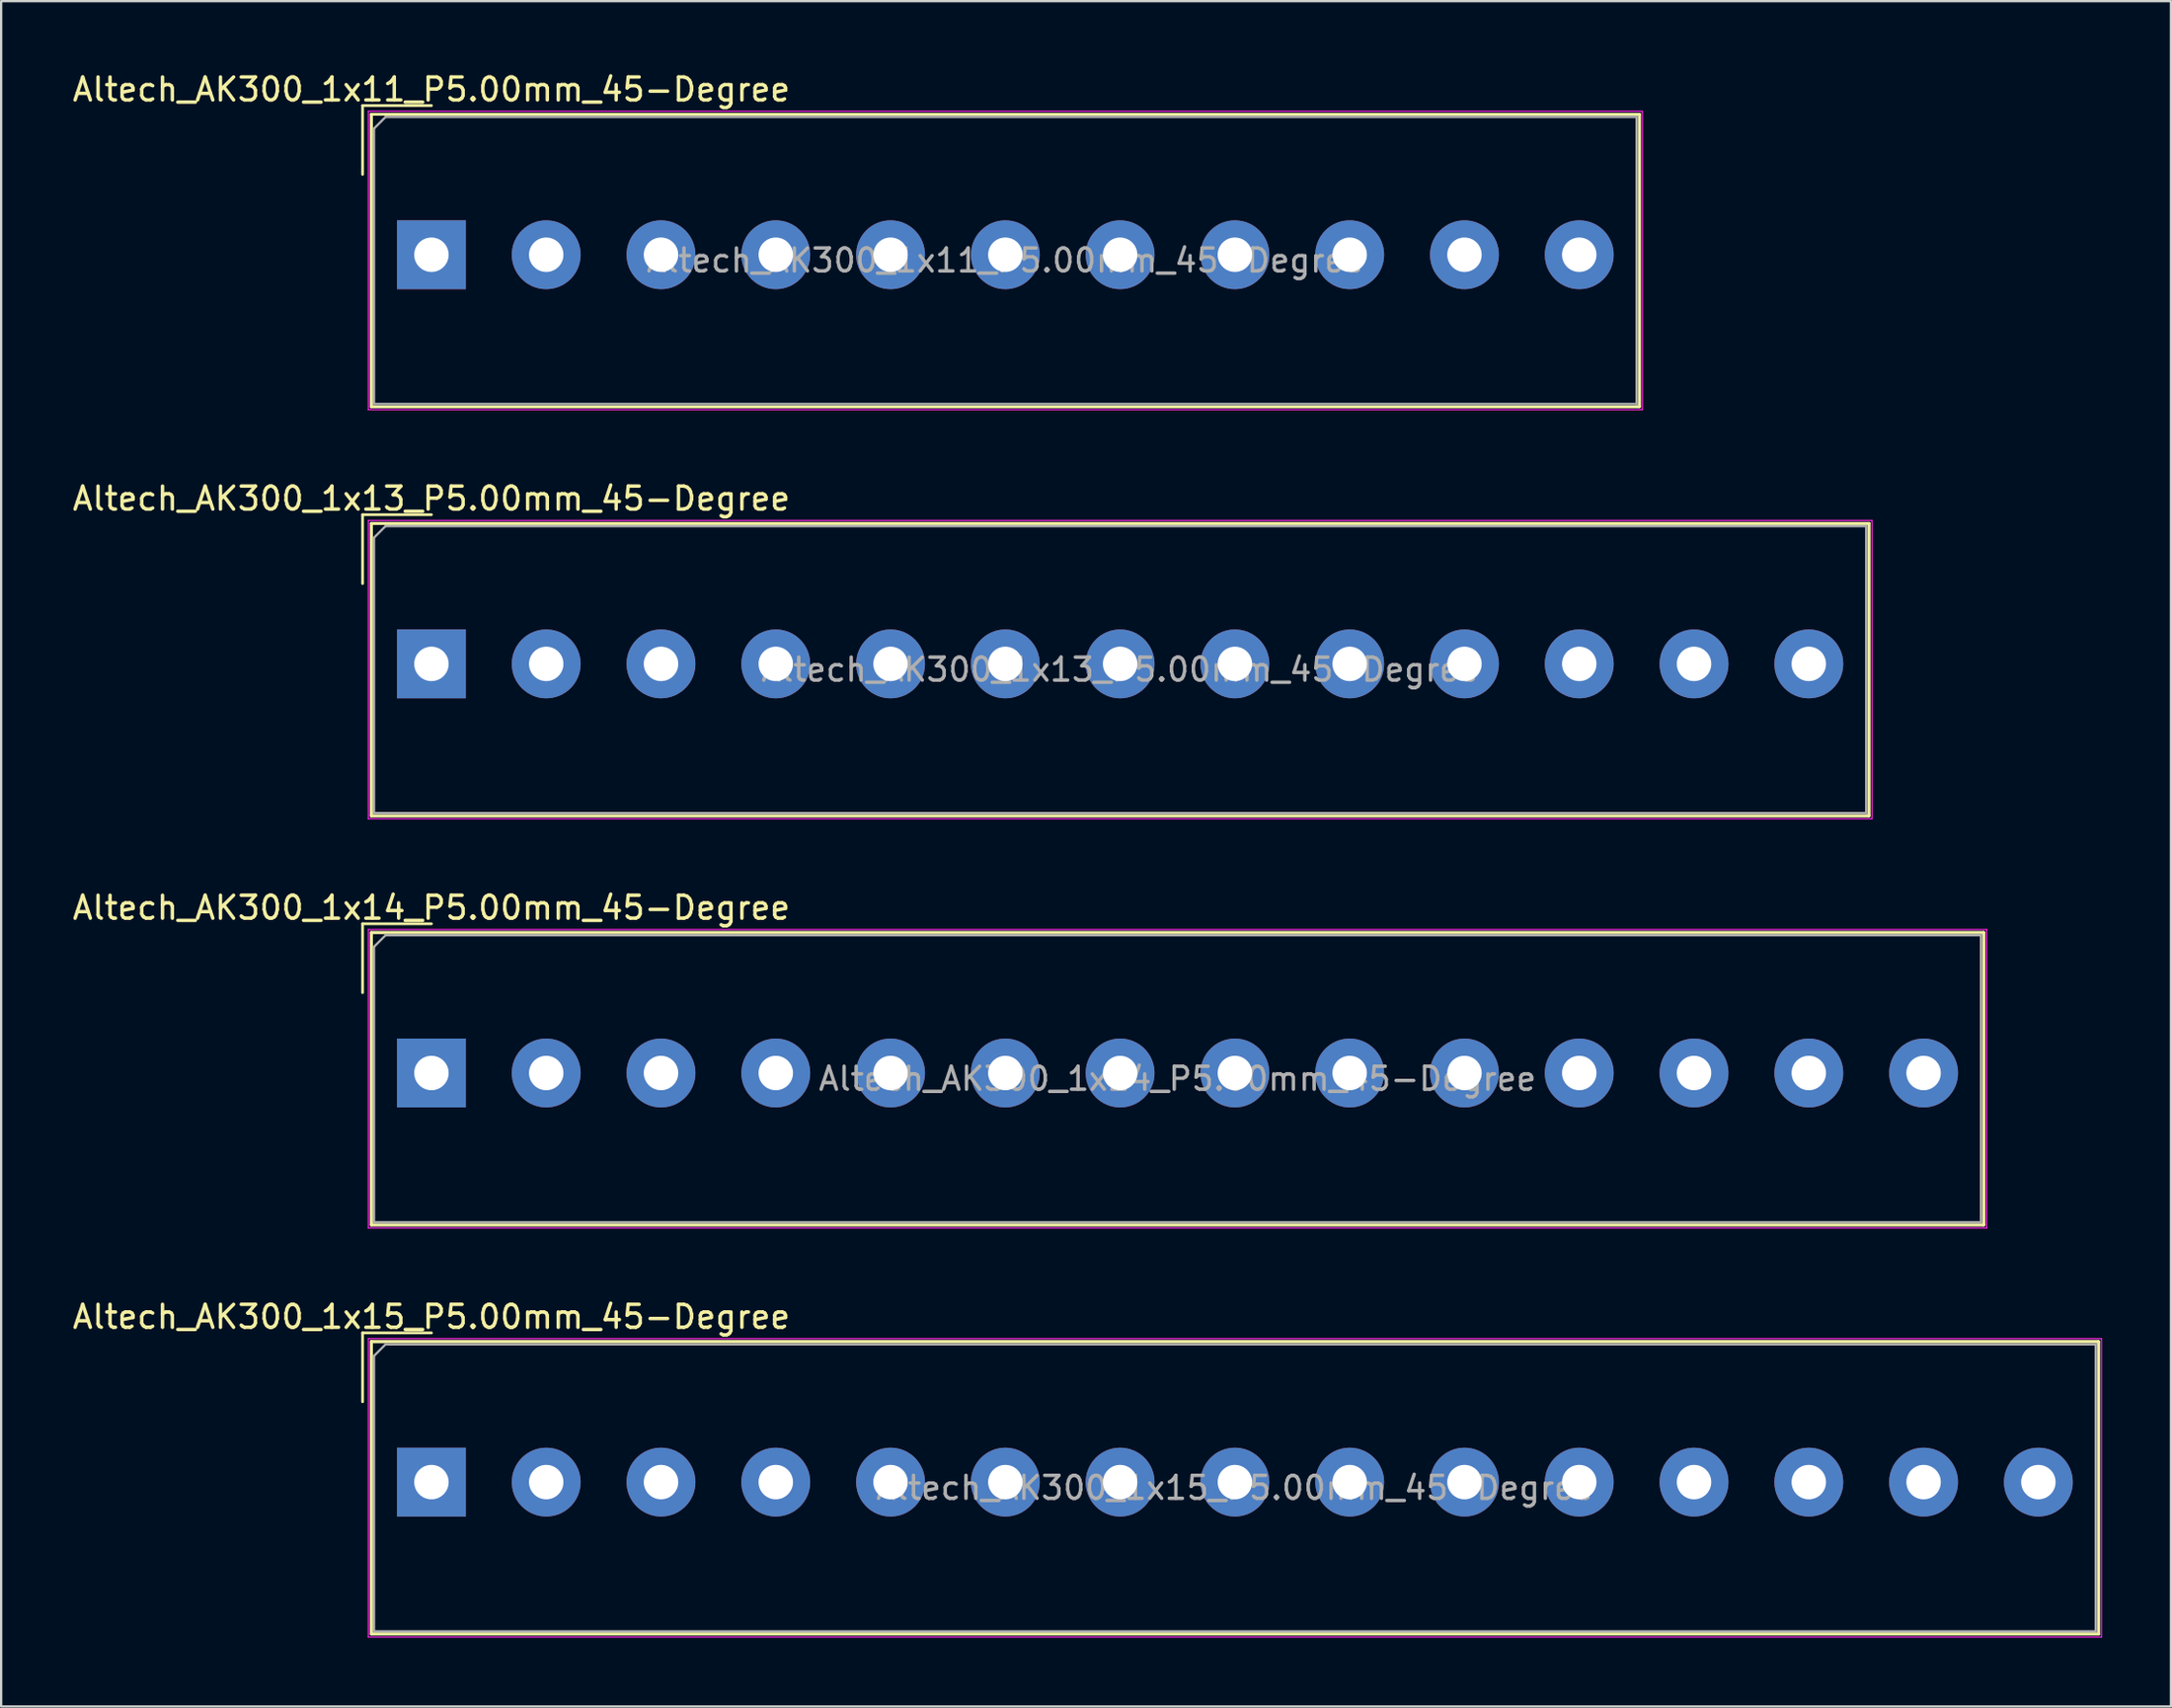
<source format=kicad_pcb>
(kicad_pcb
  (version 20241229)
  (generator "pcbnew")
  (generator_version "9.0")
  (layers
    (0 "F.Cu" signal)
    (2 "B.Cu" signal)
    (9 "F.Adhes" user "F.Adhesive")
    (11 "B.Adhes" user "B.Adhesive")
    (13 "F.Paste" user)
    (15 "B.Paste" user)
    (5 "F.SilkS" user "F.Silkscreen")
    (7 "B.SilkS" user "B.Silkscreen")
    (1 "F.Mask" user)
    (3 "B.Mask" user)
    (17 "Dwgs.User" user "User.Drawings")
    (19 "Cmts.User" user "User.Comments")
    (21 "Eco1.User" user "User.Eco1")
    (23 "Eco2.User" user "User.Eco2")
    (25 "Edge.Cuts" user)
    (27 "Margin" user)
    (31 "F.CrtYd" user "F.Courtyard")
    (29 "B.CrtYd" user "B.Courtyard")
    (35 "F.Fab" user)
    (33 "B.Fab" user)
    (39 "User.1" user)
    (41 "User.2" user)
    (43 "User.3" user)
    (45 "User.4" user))
  (footprint "Altech_AK300_1x14_P5.00mm_45-Degree"
    (layer "F.Cu")
    (at 15.744 43.695)
    (property "Reference" "Altech_AK300_1x14_P5.00mm_45-Degree" (at 0 -7.2 0) (layer "F.SilkS") (effects (font (size 1 1) (thickness 0.15))))
    (attr through_hole)
    (fp_line (start -3 -6.5) (end 0 -6.5) (stroke (width 0.12) (type solid)) (layer "F.SilkS"))
    (fp_line (start -3 -3.5) (end -3 -6.5) (stroke (width 0.12) (type solid)) (layer "F.SilkS"))
    (fp_line (start -2.62 -6.12) (end -2.62 6.62) (stroke (width 0.12) (type solid)) (layer "F.SilkS"))
    (fp_line (start -2.62 -6.12) (end -2.62 6.62) (stroke (width 0.12) (type solid)) (layer "F.SilkS"))
    (fp_line (start -2.62 -6.12) (end 67.62 -6.12) (stroke (width 0.12) (type solid)) (layer "F.SilkS"))
    (fp_line (start -2.62 -6.12) (end 67.62 -6.12) (stroke (width 0.12) (type solid)) (layer "F.SilkS"))
    (fp_line (start -2.62 6.62) (end 67.62 6.62) (stroke (width 0.12) (type solid)) (layer "F.SilkS"))
    (fp_line (start -2.62 6.62) (end 67.62 6.62) (stroke (width 0.12) (type solid)) (layer "F.SilkS"))
    (fp_line (start 67.62 -6.12) (end 67.62 6.62) (stroke (width 0.12) (type solid)) (layer "F.SilkS"))
    (fp_line (start 67.62 -6.12) (end 67.62 6.62) (stroke (width 0.12) (type solid)) (layer "F.SilkS"))
    (fp_line (start -2.75 -6.25) (end -2.75 6.75) (stroke (width 0.05) (type solid)) (layer "F.CrtYd"))
    (fp_line (start -2.75 -6.25) (end 67.75 -6.25) (stroke (width 0.05) (type solid)) (layer "F.CrtYd"))
    (fp_line (start -2.75 6.75) (end 67.75 6.75) (stroke (width 0.05) (type solid)) (layer "F.CrtYd"))
    (fp_line (start 67.75 -6.25) (end 67.75 6.75) (stroke (width 0.05) (type solid)) (layer "F.CrtYd"))
    (fp_line (start -2.5 -5.5) (end -2 -6) (stroke (width 0.1) (type solid)) (layer "F.Fab"))
    (fp_line (start -2.5 6.5) (end -2.5 -5.5) (stroke (width 0.1) (type solid)) (layer "F.Fab"))
    (fp_line (start -2 -6) (end 67.5 -6) (stroke (width 0.1) (type solid)) (layer "F.Fab"))
    (fp_line (start 67.5 -6) (end 67.5 6.5) (stroke (width 0.1) (type solid)) (layer "F.Fab"))
    (fp_line (start 67.5 6.5) (end -2.5 6.5) (stroke (width 0.1) (type solid)) (layer "F.Fab"))
    (fp_text user "${REFERENCE}" (at 32.5 0.25 0) (layer "F.Fab") (effects (font (size 1 1) (thickness 0.15))))
    (pad "1" thru_hole rect (at 0 0) (size 3 3) (drill 1.5) (layers "*.Cu" "*.Mask"))
    (pad "2" thru_hole circle (at 5 0) (size 3 3) (drill 1.5) (layers "*.Cu" "*.Mask"))
    (pad "3" thru_hole circle (at 10 0) (size 3 3) (drill 1.5) (layers "*.Cu" "*.Mask"))
    (pad "4" thru_hole circle (at 15 0) (size 3 3) (drill 1.5) (layers "*.Cu" "*.Mask"))
    (pad "5" thru_hole circle (at 20 0) (size 3 3) (drill 1.5) (layers "*.Cu" "*.Mask"))
    (pad "6" thru_hole circle (at 25 0) (size 3 3) (drill 1.5) (layers "*.Cu" "*.Mask"))
    (pad "7" thru_hole circle (at 30 0) (size 3 3) (drill 1.5) (layers "*.Cu" "*.Mask"))
    (pad "8" thru_hole circle (at 35 0) (size 3 3) (drill 1.5) (layers "*.Cu" "*.Mask"))
    (pad "9" thru_hole circle (at 40 0) (size 3 3) (drill 1.5) (layers "*.Cu" "*.Mask"))
    (pad "10" thru_hole circle (at 45 0) (size 3 3) (drill 1.5) (layers "*.Cu" "*.Mask"))
    (pad "11" thru_hole circle (at 50 0) (size 3 3) (drill 1.5) (layers "*.Cu" "*.Mask"))
    (pad "12" thru_hole circle (at 55 0) (size 3 3) (drill 1.5) (layers "*.Cu" "*.Mask"))
    (pad "13" thru_hole circle (at 60 0) (size 3 3) (drill 1.5) (layers "*.Cu" "*.Mask"))
    (pad "14" thru_hole circle (at 65 0) (size 3 3) (drill 1.5) (layers "*.Cu" "*.Mask")))
  (footprint "Altech_AK300_1x13_P5.00mm_45-Degree"
    (layer "F.Cu")
    (at 15.744 25.872)
    (property "Reference" "Altech_AK300_1x13_P5.00mm_45-Degree" (at 0 -7.2 0) (layer "F.SilkS") (effects (font (size 1 1) (thickness 0.15))))
    (attr through_hole)
    (fp_line (start -3 -6.5) (end 0 -6.5) (stroke (width 0.12) (type solid)) (layer "F.SilkS"))
    (fp_line (start -3 -3.5) (end -3 -6.5) (stroke (width 0.12) (type solid)) (layer "F.SilkS"))
    (fp_line (start -2.62 -6.12) (end -2.62 6.62) (stroke (width 0.12) (type solid)) (layer "F.SilkS"))
    (fp_line (start -2.62 -6.12) (end -2.62 6.62) (stroke (width 0.12) (type solid)) (layer "F.SilkS"))
    (fp_line (start -2.62 -6.12) (end 62.62 -6.12) (stroke (width 0.12) (type solid)) (layer "F.SilkS"))
    (fp_line (start -2.62 -6.12) (end 62.62 -6.12) (stroke (width 0.12) (type solid)) (layer "F.SilkS"))
    (fp_line (start -2.62 6.62) (end 62.62 6.62) (stroke (width 0.12) (type solid)) (layer "F.SilkS"))
    (fp_line (start -2.62 6.62) (end 62.62 6.62) (stroke (width 0.12) (type solid)) (layer "F.SilkS"))
    (fp_line (start 62.62 -6.12) (end 62.62 6.62) (stroke (width 0.12) (type solid)) (layer "F.SilkS"))
    (fp_line (start 62.62 -6.12) (end 62.62 6.62) (stroke (width 0.12) (type solid)) (layer "F.SilkS"))
    (fp_line (start -2.75 -6.25) (end -2.75 6.75) (stroke (width 0.05) (type solid)) (layer "F.CrtYd"))
    (fp_line (start -2.75 -6.25) (end 62.75 -6.25) (stroke (width 0.05) (type solid)) (layer "F.CrtYd"))
    (fp_line (start -2.75 6.75) (end 62.75 6.75) (stroke (width 0.05) (type solid)) (layer "F.CrtYd"))
    (fp_line (start 62.75 -6.25) (end 62.75 6.75) (stroke (width 0.05) (type solid)) (layer "F.CrtYd"))
    (fp_line (start -2.5 -5.5) (end -2 -6) (stroke (width 0.1) (type solid)) (layer "F.Fab"))
    (fp_line (start -2.5 6.5) (end -2.5 -5.5) (stroke (width 0.1) (type solid)) (layer "F.Fab"))
    (fp_line (start -2 -6) (end 62.5 -6) (stroke (width 0.1) (type solid)) (layer "F.Fab"))
    (fp_line (start 62.5 -6) (end 62.5 6.5) (stroke (width 0.1) (type solid)) (layer "F.Fab"))
    (fp_line (start 62.5 6.5) (end -2.5 6.5) (stroke (width 0.1) (type solid)) (layer "F.Fab"))
    (fp_text user "${REFERENCE}" (at 30 0.25 0) (layer "F.Fab") (effects (font (size 1 1) (thickness 0.15))))
    (pad "1" thru_hole rect (at 0 0) (size 3 3) (drill 1.5) (layers "*.Cu" "*.Mask"))
    (pad "2" thru_hole circle (at 5 0) (size 3 3) (drill 1.5) (layers "*.Cu" "*.Mask"))
    (pad "3" thru_hole circle (at 10 0) (size 3 3) (drill 1.5) (layers "*.Cu" "*.Mask"))
    (pad "4" thru_hole circle (at 15 0) (size 3 3) (drill 1.5) (layers "*.Cu" "*.Mask"))
    (pad "5" thru_hole circle (at 20 0) (size 3 3) (drill 1.5) (layers "*.Cu" "*.Mask"))
    (pad "6" thru_hole circle (at 25 0) (size 3 3) (drill 1.5) (layers "*.Cu" "*.Mask"))
    (pad "7" thru_hole circle (at 30 0) (size 3 3) (drill 1.5) (layers "*.Cu" "*.Mask"))
    (pad "8" thru_hole circle (at 35 0) (size 3 3) (drill 1.5) (layers "*.Cu" "*.Mask"))
    (pad "9" thru_hole circle (at 40 0) (size 3 3) (drill 1.5) (layers "*.Cu" "*.Mask"))
    (pad "10" thru_hole circle (at 45 0) (size 3 3) (drill 1.5) (layers "*.Cu" "*.Mask"))
    (pad "11" thru_hole circle (at 50 0) (size 3 3) (drill 1.5) (layers "*.Cu" "*.Mask"))
    (pad "12" thru_hole circle (at 55 0) (size 3 3) (drill 1.5) (layers "*.Cu" "*.Mask"))
    (pad "13" thru_hole circle (at 60 0) (size 3 3) (drill 1.5) (layers "*.Cu" "*.Mask")))
  (footprint "Altech_AK300_1x11_P5.00mm_45-Degree"
    (layer "F.Cu")
    (at 15.744 8.048)
    (property "Reference" "Altech_AK300_1x11_P5.00mm_45-Degree" (at 0 -7.2 0) (layer "F.SilkS") (effects (font (size 1 1) (thickness 0.15))))
    (attr through_hole)
    (fp_line (start -3 -6.5) (end 0 -6.5) (stroke (width 0.12) (type solid)) (layer "F.SilkS"))
    (fp_line (start -3 -3.5) (end -3 -6.5) (stroke (width 0.12) (type solid)) (layer "F.SilkS"))
    (fp_line (start -2.62 -6.12) (end -2.62 6.62) (stroke (width 0.12) (type solid)) (layer "F.SilkS"))
    (fp_line (start -2.62 -6.12) (end -2.62 6.62) (stroke (width 0.12) (type solid)) (layer "F.SilkS"))
    (fp_line (start -2.62 -6.12) (end 52.62 -6.12) (stroke (width 0.12) (type solid)) (layer "F.SilkS"))
    (fp_line (start -2.62 -6.12) (end 52.62 -6.12) (stroke (width 0.12) (type solid)) (layer "F.SilkS"))
    (fp_line (start -2.62 6.62) (end 52.62 6.62) (stroke (width 0.12) (type solid)) (layer "F.SilkS"))
    (fp_line (start -2.62 6.62) (end 52.62 6.62) (stroke (width 0.12) (type solid)) (layer "F.SilkS"))
    (fp_line (start 52.62 -6.12) (end 52.62 6.62) (stroke (width 0.12) (type solid)) (layer "F.SilkS"))
    (fp_line (start 52.62 -6.12) (end 52.62 6.62) (stroke (width 0.12) (type solid)) (layer "F.SilkS"))
    (fp_line (start -2.75 -6.25) (end -2.75 6.75) (stroke (width 0.05) (type solid)) (layer "F.CrtYd"))
    (fp_line (start -2.75 -6.25) (end 52.75 -6.25) (stroke (width 0.05) (type solid)) (layer "F.CrtYd"))
    (fp_line (start -2.75 6.75) (end 52.75 6.75) (stroke (width 0.05) (type solid)) (layer "F.CrtYd"))
    (fp_line (start 52.75 -6.25) (end 52.75 6.75) (stroke (width 0.05) (type solid)) (layer "F.CrtYd"))
    (fp_line (start -2.5 -5.5) (end -2 -6) (stroke (width 0.1) (type solid)) (layer "F.Fab"))
    (fp_line (start -2.5 6.5) (end -2.5 -5.5) (stroke (width 0.1) (type solid)) (layer "F.Fab"))
    (fp_line (start -2 -6) (end 52.5 -6) (stroke (width 0.1) (type solid)) (layer "F.Fab"))
    (fp_line (start 52.5 -6) (end 52.5 6.5) (stroke (width 0.1) (type solid)) (layer "F.Fab"))
    (fp_line (start 52.5 6.5) (end -2.5 6.5) (stroke (width 0.1) (type solid)) (layer "F.Fab"))
    (fp_text user "${REFERENCE}" (at 25 0.25 0) (layer "F.Fab") (effects (font (size 1 1) (thickness 0.15))))
    (pad "1" thru_hole rect (at 0 0) (size 3 3) (drill 1.5) (layers "*.Cu" "*.Mask"))
    (pad "2" thru_hole circle (at 5 0) (size 3 3) (drill 1.5) (layers "*.Cu" "*.Mask"))
    (pad "3" thru_hole circle (at 10 0) (size 3 3) (drill 1.5) (layers "*.Cu" "*.Mask"))
    (pad "4" thru_hole circle (at 15 0) (size 3 3) (drill 1.5) (layers "*.Cu" "*.Mask"))
    (pad "5" thru_hole circle (at 20 0) (size 3 3) (drill 1.5) (layers "*.Cu" "*.Mask"))
    (pad "6" thru_hole circle (at 25 0) (size 3 3) (drill 1.5) (layers "*.Cu" "*.Mask"))
    (pad "7" thru_hole circle (at 30 0) (size 3 3) (drill 1.5) (layers "*.Cu" "*.Mask"))
    (pad "8" thru_hole circle (at 35 0) (size 3 3) (drill 1.5) (layers "*.Cu" "*.Mask"))
    (pad "9" thru_hole circle (at 40 0) (size 3 3) (drill 1.5) (layers "*.Cu" "*.Mask"))
    (pad "10" thru_hole circle (at 45 0) (size 3 3) (drill 1.5) (layers "*.Cu" "*.Mask"))
    (pad "11" thru_hole circle (at 50 0) (size 3 3) (drill 1.5) (layers "*.Cu" "*.Mask")))
  (footprint "Altech_AK300_1x15_P5.00mm_45-Degree"
    (layer "F.Cu")
    (at 15.744 61.518)
    (property "Reference" "Altech_AK300_1x15_P5.00mm_45-Degree" (at 0 -7.2 0) (layer "F.SilkS") (effects (font (size 1 1) (thickness 0.15))))
    (attr through_hole)
    (fp_line (start -3 -6.5) (end 0 -6.5) (stroke (width 0.12) (type solid)) (layer "F.SilkS"))
    (fp_line (start -3 -3.5) (end -3 -6.5) (stroke (width 0.12) (type solid)) (layer "F.SilkS"))
    (fp_line (start -2.62 -6.12) (end -2.62 6.62) (stroke (width 0.12) (type solid)) (layer "F.SilkS"))
    (fp_line (start -2.62 -6.12) (end -2.62 6.62) (stroke (width 0.12) (type solid)) (layer "F.SilkS"))
    (fp_line (start -2.62 -6.12) (end 72.62 -6.12) (stroke (width 0.12) (type solid)) (layer "F.SilkS"))
    (fp_line (start -2.62 -6.12) (end 72.62 -6.12) (stroke (width 0.12) (type solid)) (layer "F.SilkS"))
    (fp_line (start -2.62 6.62) (end 72.62 6.62) (stroke (width 0.12) (type solid)) (layer "F.SilkS"))
    (fp_line (start -2.62 6.62) (end 72.62 6.62) (stroke (width 0.12) (type solid)) (layer "F.SilkS"))
    (fp_line (start 72.62 -6.12) (end 72.62 6.62) (stroke (width 0.12) (type solid)) (layer "F.SilkS"))
    (fp_line (start 72.62 -6.12) (end 72.62 6.62) (stroke (width 0.12) (type solid)) (layer "F.SilkS"))
    (fp_line (start -2.75 -6.25) (end -2.75 6.75) (stroke (width 0.05) (type solid)) (layer "F.CrtYd"))
    (fp_line (start -2.75 -6.25) (end 72.75 -6.25) (stroke (width 0.05) (type solid)) (layer "F.CrtYd"))
    (fp_line (start -2.75 6.75) (end 72.75 6.75) (stroke (width 0.05) (type solid)) (layer "F.CrtYd"))
    (fp_line (start 72.75 -6.25) (end 72.75 6.75) (stroke (width 0.05) (type solid)) (layer "F.CrtYd"))
    (fp_line (start -2.5 -5.5) (end -2 -6) (stroke (width 0.1) (type solid)) (layer "F.Fab"))
    (fp_line (start -2.5 6.5) (end -2.5 -5.5) (stroke (width 0.1) (type solid)) (layer "F.Fab"))
    (fp_line (start -2 -6) (end 72.5 -6) (stroke (width 0.1) (type solid)) (layer "F.Fab"))
    (fp_line (start 72.5 -6) (end 72.5 6.5) (stroke (width 0.1) (type solid)) (layer "F.Fab"))
    (fp_line (start 72.5 6.5) (end -2.5 6.5) (stroke (width 0.1) (type solid)) (layer "F.Fab"))
    (fp_text user "${REFERENCE}" (at 35 0.25 0) (layer "F.Fab") (effects (font (size 1 1) (thickness 0.15))))
    (pad "1" thru_hole rect (at 0 0) (size 3 3) (drill 1.5) (layers "*.Cu" "*.Mask"))
    (pad "2" thru_hole circle (at 5 0) (size 3 3) (drill 1.5) (layers "*.Cu" "*.Mask"))
    (pad "3" thru_hole circle (at 10 0) (size 3 3) (drill 1.5) (layers "*.Cu" "*.Mask"))
    (pad "4" thru_hole circle (at 15 0) (size 3 3) (drill 1.5) (layers "*.Cu" "*.Mask"))
    (pad "5" thru_hole circle (at 20 0) (size 3 3) (drill 1.5) (layers "*.Cu" "*.Mask"))
    (pad "6" thru_hole circle (at 25 0) (size 3 3) (drill 1.5) (layers "*.Cu" "*.Mask"))
    (pad "7" thru_hole circle (at 30 0) (size 3 3) (drill 1.5) (layers "*.Cu" "*.Mask"))
    (pad "8" thru_hole circle (at 35 0) (size 3 3) (drill 1.5) (layers "*.Cu" "*.Mask"))
    (pad "9" thru_hole circle (at 40 0) (size 3 3) (drill 1.5) (layers "*.Cu" "*.Mask"))
    (pad "10" thru_hole circle (at 45 0) (size 3 3) (drill 1.5) (layers "*.Cu" "*.Mask"))
    (pad "11" thru_hole circle (at 50 0) (size 3 3) (drill 1.5) (layers "*.Cu" "*.Mask"))
    (pad "12" thru_hole circle (at 55 0) (size 3 3) (drill 1.5) (layers "*.Cu" "*.Mask"))
    (pad "13" thru_hole circle (at 60 0) (size 3 3) (drill 1.5) (layers "*.Cu" "*.Mask"))
    (pad "14" thru_hole circle (at 65 0) (size 3 3) (drill 1.5) (layers "*.Cu" "*.Mask"))
    (pad "15" thru_hole circle (at 70 0) (size 3 3) (drill 1.5) (layers "*.Cu" "*.Mask")))
  (gr_rect
    (start -3 -3)
    (end 91.519 71.293)
    (stroke (width 0.1) (type default))
    (fill no)
    (layer "Edge.Cuts")))
</source>
